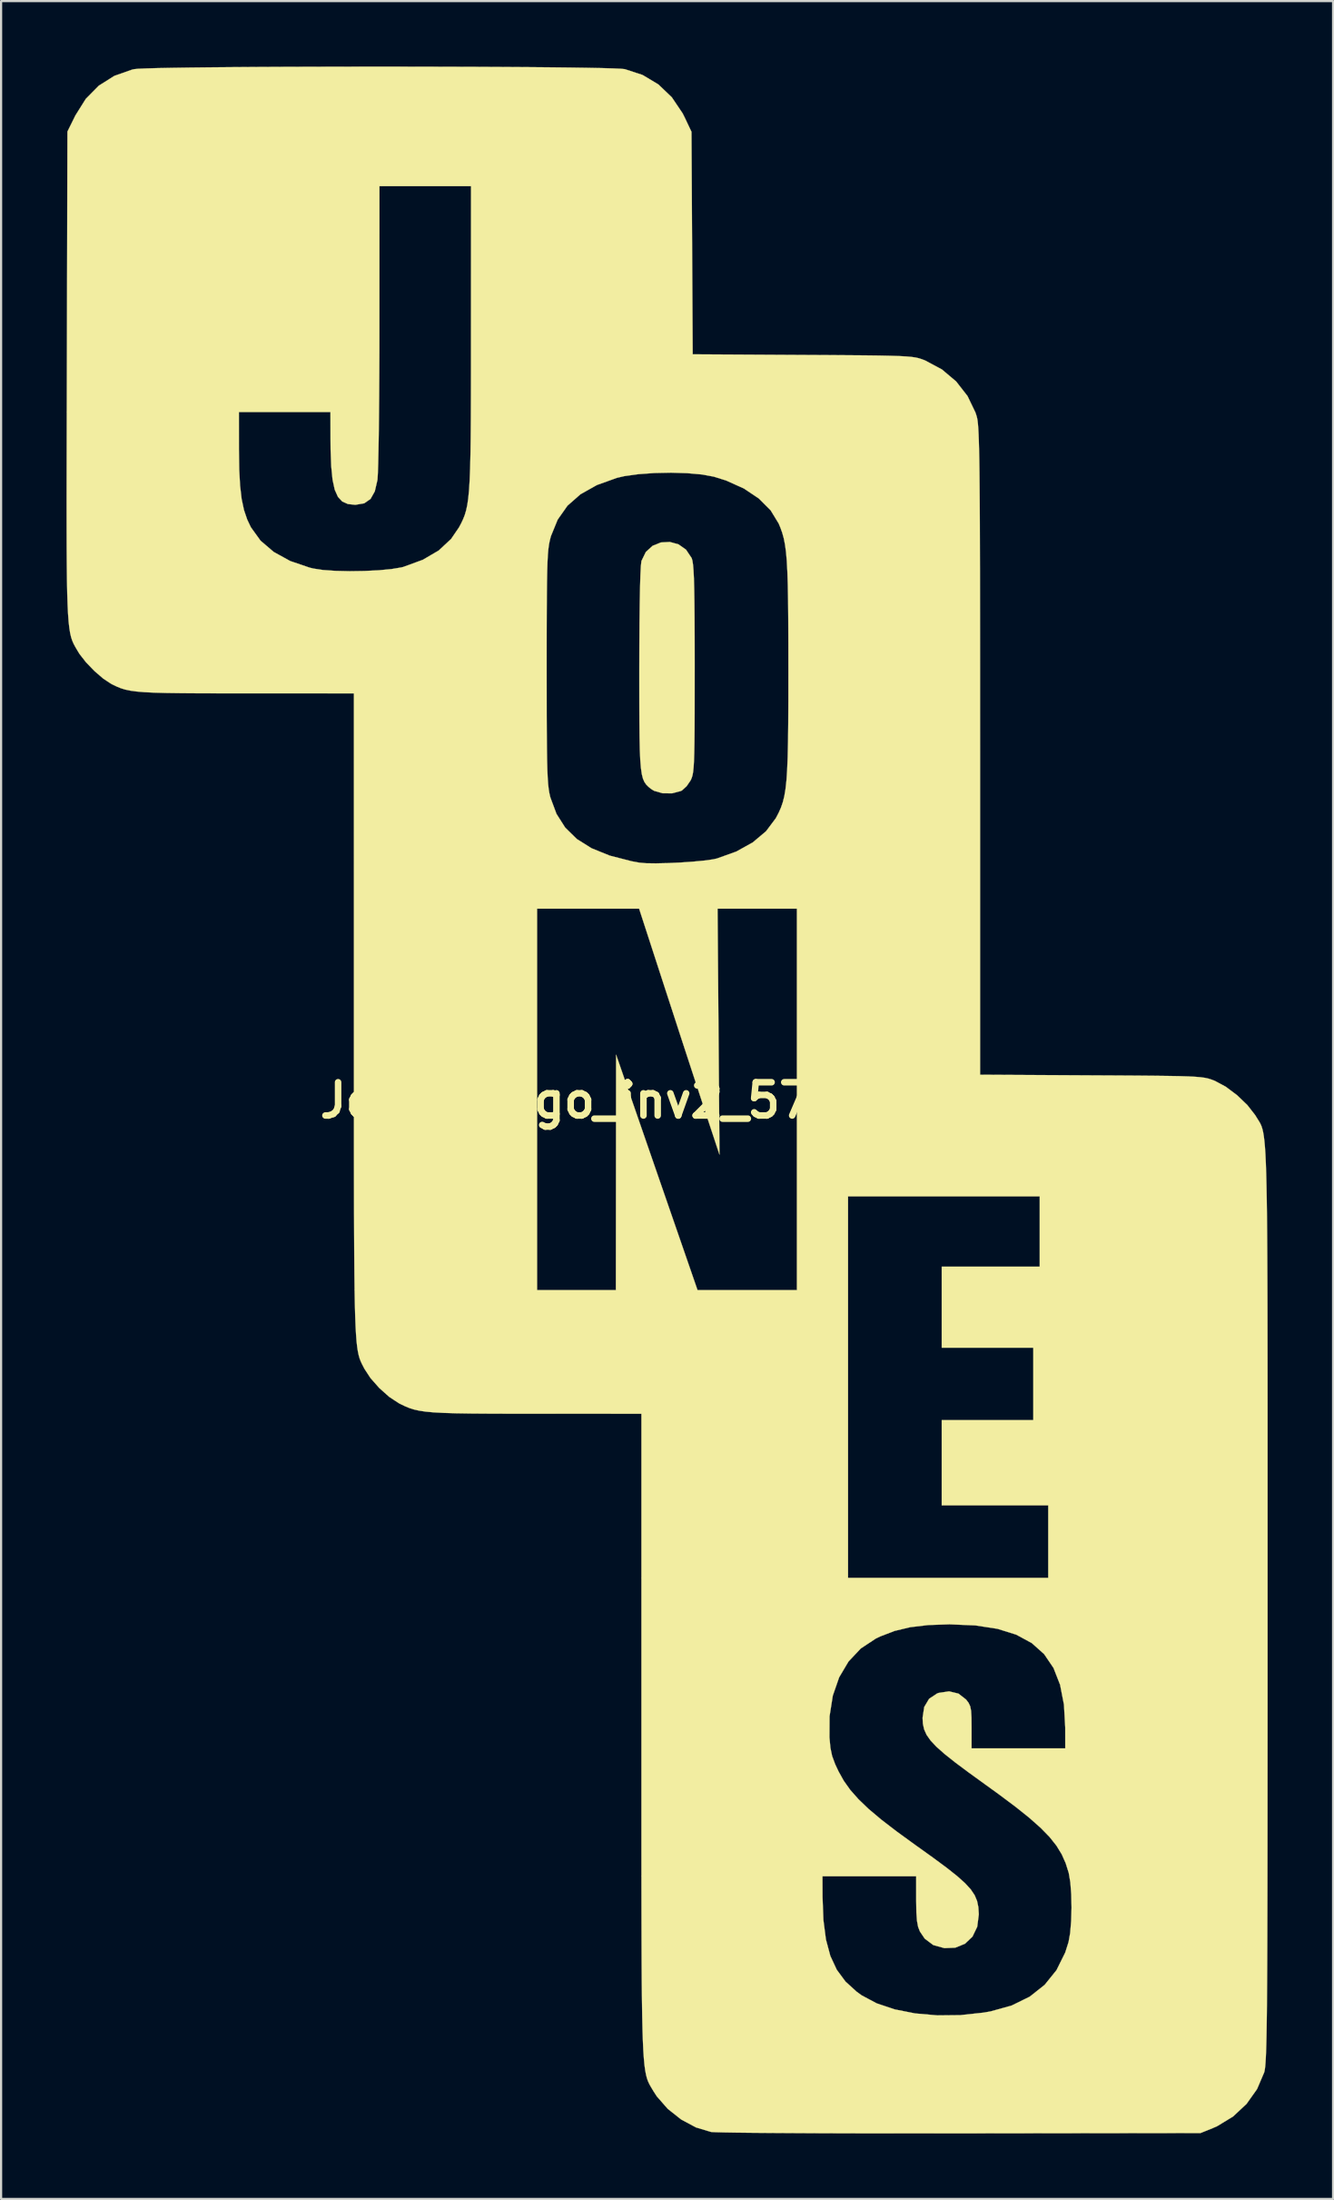
<source format=kicad_pcb>
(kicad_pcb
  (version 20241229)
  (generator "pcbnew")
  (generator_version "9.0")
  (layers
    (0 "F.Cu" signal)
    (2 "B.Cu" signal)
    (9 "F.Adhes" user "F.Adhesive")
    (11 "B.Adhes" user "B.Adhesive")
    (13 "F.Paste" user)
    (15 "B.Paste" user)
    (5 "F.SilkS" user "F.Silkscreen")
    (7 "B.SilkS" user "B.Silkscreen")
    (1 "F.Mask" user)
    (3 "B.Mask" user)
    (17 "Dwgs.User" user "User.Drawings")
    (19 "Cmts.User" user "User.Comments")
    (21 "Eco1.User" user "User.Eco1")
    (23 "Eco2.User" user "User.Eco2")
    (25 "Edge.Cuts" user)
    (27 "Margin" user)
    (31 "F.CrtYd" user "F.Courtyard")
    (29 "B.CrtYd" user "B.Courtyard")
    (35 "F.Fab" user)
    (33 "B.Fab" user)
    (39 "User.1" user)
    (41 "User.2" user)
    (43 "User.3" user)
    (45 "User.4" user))
  (footprint "Jones_logo_inv2_57.1x96.4"
    (layer "F.Cu")
    (at 27.153 47.392)
    (property "Reference" "Jones_logo_inv2_57.1x96.4" (at 0 0 0) (layer "F.SilkS") (effects (font (size 1.524 1.524) (thickness 0.3))))
    (attr through_hole)
    (fp_poly (pts (xy 0.917 -25.491) (xy 1.264 -25.247) (xy 1.518 -24.867) (xy 1.526 -24.849) (xy 1.558 -24.738) (xy 1.585 -24.559) (xy 1.607 -24.298) (xy 1.625 -23.94) (xy 1.638 -23.468) (xy 1.648 -22.868) (xy 1.655 -22.123) (xy 1.659 -21.218) (xy 1.661 -20.139) (xy 1.661 -19.782) (xy 1.66 -18.693) (xy 1.659 -17.781) (xy 1.656 -17.03) (xy 1.65 -16.422) (xy 1.641 -15.94) (xy 1.629 -15.566) (xy 1.612 -15.282) (xy 1.591 -15.071) (xy 1.564 -14.916) (xy 1.53 -14.799) (xy 1.49 -14.703) (xy 1.473 -14.669) (xy 1.292 -14.405) (xy 1.078 -14.211) (xy 1.029 -14.185) (xy 0.625 -14.078) (xy 0.189 -14.082) (xy -0.198 -14.192) (xy -0.341 -14.279) (xy -0.46 -14.377) (xy -0.561 -14.477) (xy -0.644 -14.596) (xy -0.711 -14.751) (xy -0.764 -14.959) (xy -0.804 -15.238) (xy -0.834 -15.604) (xy -0.855 -16.074) (xy -0.868 -16.666) (xy -0.875 -17.395) (xy -0.878 -18.281) (xy -0.879 -19.338) (xy -0.879 -19.755) (xy -0.876 -20.887) (xy -0.87 -21.897) (xy -0.859 -22.774) (xy -0.845 -23.506) (xy -0.828 -24.081) (xy -0.807 -24.487) (xy -0.783 -24.713) (xy -0.778 -24.734) (xy -0.579 -25.142) (xy -0.269 -25.424) (xy 0.11 -25.577) (xy 0.519 -25.6) (xy 0.917 -25.491)) (stroke (width 0.01) (type solid)) (fill yes) (layer "F.SilkS"))
    (fp_poly (pts (xy -10.839 -47.385) (xy -9.563 -47.382) (xy -8.327 -47.378) (xy -7.145 -47.372) (xy -6.034 -47.365) (xy -5.009 -47.356) (xy -4.086 -47.346) (xy -3.28 -47.334) (xy -2.607 -47.321) (xy -2.082 -47.306) (xy -1.722 -47.29) (xy -1.543 -47.272) (xy -0.727 -47.005) (xy -0.003 -46.571) (xy 0.613 -45.982) (xy 1.106 -45.25) (xy 1.205 -45.054) (xy 1.514 -44.401) (xy 1.57 -34.201) (xy 6.622 -34.172) (xy 7.744 -34.166) (xy 8.689 -34.159) (xy 9.473 -34.153) (xy 10.114 -34.145) (xy 10.629 -34.134) (xy 11.036 -34.121) (xy 11.353 -34.104) (xy 11.596 -34.083) (xy 11.783 -34.057) (xy 11.932 -34.024) (xy 12.06 -33.984) (xy 12.185 -33.937) (xy 12.236 -33.917) (xy 12.999 -33.509) (xy 13.653 -32.958) (xy 14.175 -32.29) (xy 14.541 -31.53) (xy 14.595 -31.361) (xy 14.616 -31.276) (xy 14.636 -31.163) (xy 14.653 -31.013) (xy 14.668 -30.816) (xy 14.682 -30.564) (xy 14.694 -30.246) (xy 14.705 -29.854) (xy 14.715 -29.379) (xy 14.723 -28.81) (xy 14.729 -28.139) (xy 14.735 -27.357) (xy 14.74 -26.453) (xy 14.743 -25.419) (xy 14.746 -24.245) (xy 14.748 -22.923) (xy 14.75 -21.442) (xy 14.751 -19.793) (xy 14.751 -17.968) (xy 14.752 -16.007) (xy 14.752 -1.179) (xy 19.856 -1.151) (xy 20.985 -1.145) (xy 21.935 -1.139) (xy 22.725 -1.132) (xy 23.371 -1.124) (xy 23.892 -1.115) (xy 24.304 -1.102) (xy 24.624 -1.085) (xy 24.87 -1.064) (xy 25.06 -1.038) (xy 25.21 -1.006) (xy 25.338 -0.967) (xy 25.462 -0.921) (xy 25.522 -0.897) (xy 26.023 -0.628) (xy 26.542 -0.239) (xy 27.013 0.213) (xy 27.371 0.673) (xy 27.406 0.73) (xy 27.466 0.827) (xy 27.521 0.914) (xy 27.572 0.996) (xy 27.618 1.083) (xy 27.661 1.182) (xy 27.699 1.301) (xy 27.734 1.448) (xy 27.765 1.63) (xy 27.793 1.856) (xy 27.818 2.133) (xy 27.84 2.47) (xy 27.859 2.874) (xy 27.875 3.352) (xy 27.889 3.914) (xy 27.901 4.567) (xy 27.911 5.318) (xy 27.919 6.176) (xy 27.925 7.148) (xy 27.93 8.242) (xy 27.934 9.467) (xy 27.936 10.829) (xy 27.938 12.338) (xy 27.939 14) (xy 27.939 15.824) (xy 27.939 17.817) (xy 27.939 19.988) (xy 27.939 22.344) (xy 27.939 23.062) (xy 27.939 25.461) (xy 27.939 27.673) (xy 27.938 29.704) (xy 27.937 31.564) (xy 27.936 33.26) (xy 27.934 34.798) (xy 27.932 36.189) (xy 27.929 37.438) (xy 27.926 38.554) (xy 27.922 39.545) (xy 27.917 40.419) (xy 27.911 41.182) (xy 27.905 41.844) (xy 27.897 42.411) (xy 27.889 42.892) (xy 27.879 43.295) (xy 27.869 43.626) (xy 27.857 43.895) (xy 27.844 44.108) (xy 27.83 44.274) (xy 27.815 44.4) (xy 27.798 44.494) (xy 27.782 44.554) (xy 27.458 45.314) (xy 26.973 45.997) (xy 26.353 46.575) (xy 25.628 47.016) (xy 25.425 47.105) (xy 24.863 47.332) (xy 13.872 47.346) (xy 12.414 47.347) (xy 11.003 47.347) (xy 9.654 47.346) (xy 8.38 47.343) (xy 7.193 47.339) (xy 6.107 47.333) (xy 5.134 47.327) (xy 4.288 47.32) (xy 3.582 47.312) (xy 3.028 47.303) (xy 2.641 47.293) (xy 2.432 47.283) (xy 2.408 47.28) (xy 1.718 47.073) (xy 1.041 46.71) (xy 0.427 46.224) (xy -0.076 45.65) (xy -0.228 45.415) (xy -0.301 45.293) (xy -0.367 45.182) (xy -0.427 45.072) (xy -0.481 44.954) (xy -0.529 44.818) (xy -0.571 44.655) (xy -0.609 44.455) (xy -0.642 44.209) (xy -0.67 43.908) (xy -0.695 43.541) (xy -0.715 43.1) (xy -0.732 42.575) (xy -0.746 41.956) (xy -0.757 41.234) (xy -0.766 40.4) (xy -0.772 39.443) (xy -0.776 38.356) (xy -0.779 37.127) (xy -0.781 35.748) (xy -0.781 35.56) (xy 7.522 35.56) (xy 7.525 36.513) (xy 7.565 37.566) (xy 7.681 38.459) (xy 7.883 39.213) (xy 8.179 39.848) (xy 8.579 40.388) (xy 9.091 40.854) (xy 9.324 41.022) (xy 10.01 41.387) (xy 10.839 41.664) (xy 11.777 41.849) (xy 12.791 41.938) (xy 13.847 41.927) (xy 14.911 41.812) (xy 15.24 41.754) (xy 16.204 41.485) (xy 17.029 41.08) (xy 17.713 40.539) (xy 18.257 39.865) (xy 18.657 39.058) (xy 18.81 38.576) (xy 18.885 38.157) (xy 18.93 37.61) (xy 18.947 36.999) (xy 18.934 36.387) (xy 18.892 35.838) (xy 18.82 35.415) (xy 18.816 35.399) (xy 18.678 34.961) (xy 18.496 34.553) (xy 18.255 34.159) (xy 17.939 33.761) (xy 17.531 33.343) (xy 17.015 32.886) (xy 16.375 32.374) (xy 15.594 31.79) (xy 14.997 31.359) (xy 14.229 30.804) (xy 13.608 30.341) (xy 13.119 29.952) (xy 12.748 29.623) (xy 12.479 29.336) (xy 12.296 29.075) (xy 12.185 28.825) (xy 12.129 28.569) (xy 12.114 28.297) (xy 12.19 27.801) (xy 12.413 27.427) (xy 12.778 27.184) (xy 12.855 27.156) (xy 13.33 27.085) (xy 13.76 27.189) (xy 14.109 27.46) (xy 14.111 27.462) (xy 14.226 27.615) (xy 14.299 27.771) (xy 14.34 27.979) (xy 14.357 28.288) (xy 14.361 28.729) (xy 14.361 29.698) (xy 18.659 29.698) (xy 18.658 28.746) (xy 18.599 27.693) (xy 18.422 26.784) (xy 18.121 26.015) (xy 17.69 25.379) (xy 17.122 24.872) (xy 16.411 24.487) (xy 15.552 24.219) (xy 14.538 24.063) (xy 13.362 24.013) (xy 13.335 24.013) (xy 12.369 24.046) (xy 11.547 24.144) (xy 10.827 24.316) (xy 10.166 24.57) (xy 9.965 24.667) (xy 9.279 25.121) (xy 8.718 25.716) (xy 8.288 26.441) (xy 7.996 27.283) (xy 7.847 28.229) (xy 7.842 29.195) (xy 7.886 29.668) (xy 7.965 30.048) (xy 8.106 30.428) (xy 8.261 30.758) (xy 8.5 31.186) (xy 8.797 31.604) (xy 9.171 32.027) (xy 9.639 32.476) (xy 10.221 32.966) (xy 10.936 33.515) (xy 11.801 34.143) (xy 11.85 34.177) (xy 12.608 34.72) (xy 13.219 35.172) (xy 13.699 35.552) (xy 14.062 35.877) (xy 14.325 36.164) (xy 14.504 36.431) (xy 14.614 36.695) (xy 14.672 36.974) (xy 14.692 37.284) (xy 14.692 37.318) (xy 14.621 37.875) (xy 14.404 38.326) (xy 14.061 38.653) (xy 13.614 38.835) (xy 13.115 38.855) (xy 12.604 38.714) (xy 12.212 38.419) (xy 11.992 38.093) (xy 11.91 37.882) (xy 11.858 37.606) (xy 11.83 37.223) (xy 11.821 36.69) (xy 11.821 36.659) (xy 11.821 35.56) (xy 7.522 35.56) (xy -0.781 35.56) (xy -0.782 34.209) (xy -0.782 32.5) (xy -0.782 30.613) (xy -0.782 29.092) (xy -0.782 14.361) (xy -5.642 14.36) (xy -6.801 14.359) (xy -7.783 14.356) (xy -8.605 14.35) (xy -9.287 14.339) (xy -9.846 14.322) (xy -10.299 14.298) (xy -10.666 14.265) (xy -10.965 14.221) (xy -11.212 14.166) (xy -11.428 14.098) (xy -11.628 14.015) (xy -11.833 13.916) (xy -11.908 13.878) (xy -12.352 13.586) (xy -12.808 13.179) (xy -13.211 12.722) (xy -13.488 12.298) (xy -13.551 12.176) (xy -13.609 12.063) (xy -13.661 11.949) (xy -13.708 11.826) (xy -13.749 11.683) (xy -13.786 11.511) (xy -13.819 11.3) (xy -13.848 11.042) (xy -13.872 10.725) (xy -13.893 10.342) (xy -13.911 9.882) (xy -13.926 9.336) (xy -13.938 8.694) (xy -13.947 7.946) (xy -13.954 7.084) (xy -13.96 6.098) (xy -13.964 4.977) (xy -13.966 3.713) (xy -13.968 2.296) (xy -13.968 0.717) (xy -13.969 -1.035) (xy -13.969 -2.968) (xy -13.969 -3.883) (xy -13.969 -8.792) (xy -5.568 -8.792) (xy -5.568 8.695) (xy -1.954 8.695) (xy -1.944 -2.1) (xy -0.076 3.297) (xy 1.792 8.695) (xy 6.35 8.695) (xy 6.35 4.396) (xy 8.695 4.396) (xy 8.695 21.883) (xy 17.878 21.883) (xy 17.878 18.562) (xy 12.993 18.562) (xy 12.993 14.654) (xy 17.194 14.654) (xy 17.194 11.332) (xy 12.993 11.332) (xy 12.993 7.62) (xy 17.487 7.62) (xy 17.487 4.396) (xy 8.695 4.396) (xy 6.35 4.396) (xy 6.35 -8.792) (xy 2.71 -8.792) (xy 2.754 -3.155) (xy 2.798 2.483) (xy 2.186 0.631) (xy 2.014 0.107) (xy 1.793 -0.568) (xy 1.533 -1.36) (xy 1.247 -2.234) (xy 0.946 -3.156) (xy 0.642 -4.091) (xy 0.344 -5.005) (xy 0.343 -5.007) (xy -0.888 -8.792) (xy -5.568 -8.792) (xy -13.969 -8.792) (xy -13.97 -18.659) (xy -18.928 -18.66) (xy -20.087 -18.661) (xy -21.068 -18.663) (xy -21.889 -18.669) (xy -22.569 -18.678) (xy -23.124 -18.693) (xy -23.573 -18.715) (xy -23.934 -18.745) (xy -24.223 -18.784) (xy -24.46 -18.834) (xy -24.662 -18.896) (xy -24.846 -18.971) (xy -25.031 -19.06) (xy -25.112 -19.102) (xy -25.473 -19.341) (xy -25.874 -19.687) (xy -26.014 -19.832) (xy -5.129 -19.832) (xy -5.128 -18.661) (xy -5.127 -17.669) (xy -5.123 -16.837) (xy -5.117 -16.15) (xy -5.109 -15.59) (xy -5.097 -15.14) (xy -5.081 -14.782) (xy -5.061 -14.5) (xy -5.036 -14.276) (xy -5.006 -14.094) (xy -4.971 -13.936) (xy -4.954 -13.876) (xy -4.677 -13.134) (xy -4.278 -12.507) (xy -3.746 -11.985) (xy -3.069 -11.56) (xy -2.237 -11.223) (xy -1.237 -10.966) (xy -0.879 -10.9) (xy -0.572 -10.873) (xy -0.121 -10.867) (xy 0.422 -10.879) (xy 1.006 -10.906) (xy 1.582 -10.946) (xy 2.098 -10.995) (xy 2.503 -11.051) (xy 2.68 -11.09) (xy 3.568 -11.408) (xy 4.326 -11.829) (xy 4.935 -12.341) (xy 5.379 -12.932) (xy 5.402 -12.974) (xy 5.52 -13.201) (xy 5.62 -13.427) (xy 5.703 -13.669) (xy 5.772 -13.945) (xy 5.827 -14.273) (xy 5.871 -14.669) (xy 5.903 -15.152) (xy 5.927 -15.739) (xy 5.943 -16.448) (xy 5.953 -17.295) (xy 5.958 -18.3) (xy 5.959 -19.478) (xy 5.959 -19.757) (xy 5.958 -20.971) (xy 5.954 -22.008) (xy 5.946 -22.884) (xy 5.933 -23.619) (xy 5.913 -24.228) (xy 5.886 -24.731) (xy 5.85 -25.144) (xy 5.803 -25.485) (xy 5.746 -25.773) (xy 5.676 -26.024) (xy 5.593 -26.256) (xy 5.513 -26.447) (xy 5.144 -27.051) (xy 4.606 -27.59) (xy 3.918 -28.051) (xy 3.1 -28.418) (xy 2.54 -28.593) (xy 2 -28.693) (xy 1.327 -28.753) (xy 0.576 -28.776) (xy -0.194 -28.76) (xy -0.926 -28.707) (xy -1.564 -28.618) (xy -1.902 -28.54) (xy -2.823 -28.21) (xy -3.578 -27.786) (xy -4.175 -27.261) (xy -4.623 -26.625) (xy -4.931 -25.872) (xy -4.954 -25.791) (xy -4.992 -25.637) (xy -5.025 -25.466) (xy -5.052 -25.261) (xy -5.074 -25.005) (xy -5.091 -24.68) (xy -5.104 -24.27) (xy -5.114 -23.757) (xy -5.121 -23.124) (xy -5.125 -22.355) (xy -5.128 -21.431) (xy -5.129 -20.336) (xy -5.129 -19.832) (xy -26.014 -19.832) (xy -26.254 -20.08) (xy -26.552 -20.461) (xy -26.608 -20.551) (xy -26.692 -20.691) (xy -26.766 -20.819) (xy -26.832 -20.945) (xy -26.891 -21.082) (xy -26.942 -21.239) (xy -26.986 -21.428) (xy -27.023 -21.66) (xy -27.055 -21.947) (xy -27.081 -22.298) (xy -27.102 -22.725) (xy -27.119 -23.24) (xy -27.131 -23.853) (xy -27.139 -24.575) (xy -27.145 -25.418) (xy -27.147 -26.392) (xy -27.148 -27.508) (xy -27.146 -28.778) (xy -27.143 -30.213) (xy -27.14 -31.555) (xy -19.245 -31.555) (xy -19.244 -29.821) (xy -19.231 -28.918) (xy -19.191 -28.178) (xy -19.12 -27.57) (xy -19.012 -27.062) (xy -18.863 -26.624) (xy -18.694 -26.271) (xy -18.252 -25.659) (xy -17.647 -25.142) (xy -16.894 -24.727) (xy -16.007 -24.425) (xy -15.825 -24.381) (xy -15.389 -24.315) (xy -14.818 -24.275) (xy -14.166 -24.26) (xy -13.484 -24.27) (xy -12.825 -24.302) (xy -12.243 -24.358) (xy -11.789 -24.434) (xy -11.702 -24.456) (xy -10.81 -24.782) (xy -10.081 -25.208) (xy -9.51 -25.74) (xy -9.151 -26.266) (xy -9.05 -26.455) (xy -8.963 -26.639) (xy -8.887 -26.83) (xy -8.823 -27.045) (xy -8.769 -27.296) (xy -8.725 -27.599) (xy -8.689 -27.968) (xy -8.661 -28.416) (xy -8.639 -28.96) (xy -8.623 -29.613) (xy -8.612 -30.389) (xy -8.605 -31.304) (xy -8.601 -32.37) (xy -8.599 -33.603) (xy -8.599 -34.998) (xy -8.597 -41.91) (xy -12.798 -41.91) (xy -12.8 -35.487) (xy -12.801 -34.365) (xy -12.806 -33.286) (xy -12.812 -32.269) (xy -12.821 -31.331) (xy -12.831 -30.492) (xy -12.844 -29.769) (xy -12.857 -29.181) (xy -12.872 -28.745) (xy -12.887 -28.481) (xy -12.892 -28.436) (xy -13.012 -27.919) (xy -13.208 -27.571) (xy -13.496 -27.372) (xy -13.893 -27.305) (xy -13.921 -27.305) (xy -14.245 -27.339) (xy -14.503 -27.454) (xy -14.702 -27.667) (xy -14.849 -27.995) (xy -14.949 -28.456) (xy -15.01 -29.068) (xy -15.039 -29.847) (xy -15.043 -30.309) (xy -15.045 -31.555) (xy -19.245 -31.555) (xy -27.14 -31.555) (xy -27.139 -31.823) (xy -27.136 -33.228) (xy -27.11 -44.411) (xy -26.741 -45.157) (xy -26.269 -45.909) (xy -25.672 -46.514) (xy -24.959 -46.964) (xy -24.142 -47.251) (xy -24.052 -47.271) (xy -23.87 -47.289) (xy -23.508 -47.305) (xy -22.982 -47.32) (xy -22.308 -47.333) (xy -21.501 -47.345) (xy -20.576 -47.355) (xy -19.55 -47.364) (xy -18.439 -47.372) (xy -17.256 -47.378) (xy -16.02 -47.382) (xy -14.744 -47.385) (xy -13.445 -47.387) (xy -12.138 -47.387) (xy -10.839 -47.385)) (stroke (width 0.01) (type solid)) (fill yes) (layer "F.SilkS")))
  (gr_rect
    (start -3 -3)
    (end 58.097 97.744)
    (stroke (width 0.1) (type default))
    (fill no)
    (layer "Edge.Cuts")))
</source>
